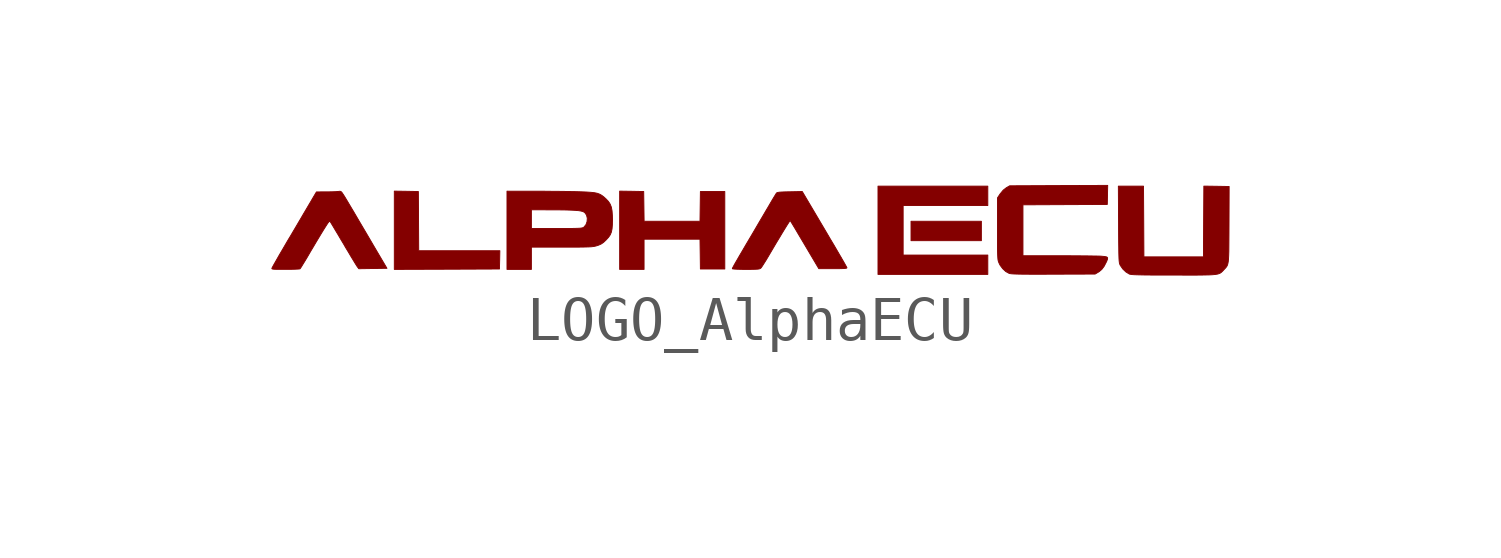
<source format=kicad_sym>
(kicad_symbol_lib
  (version 20210619)
  (generator bitmap2component)
  (symbol "LOGO_AlphaECU"
    (pin_names
      (offset 1.016))
    (property "Reference" "#G"
      (at 0 0.994 0)
      (effects (font (size 1.27 1.27)) hide))
    (symbol "LOGO_AlphaECU_0_0"
      (polyline (pts (xy 10.118 -1.058) (xy 10.232 -1.056) (xy 10.325 -1.054) (xy 10.4 -1.05) (xy 10.459 -1.044) (xy 10.505 -1.037) (xy 10.541 -1.027) (xy 10.569 -1.015) (xy 10.592 -1) (xy 10.613 -0.981) (xy 10.634 -0.96) (xy 10.658 -0.934) (xy 10.672 -0.919) (xy 10.693 -0.897) (xy 10.711 -0.875) (xy 10.726 -0.852) (xy 10.738 -0.825) (xy 10.747 -0.79) (xy 10.755 -0.745) (xy 10.76 -0.686) (xy 10.764 -0.613) (xy 10.767 -0.52) (xy 10.768 -0.406) (xy 10.769 -0.269) (xy 10.77 -0.104) (xy 10.771 0.091) (xy 10.774 0.953) (xy 10.487 0.958) (xy 10.2 0.962) (xy 10.195 0.159) (xy 10.191 -0.644) (xy 8.839 -0.644) (xy 8.835 0.159) (xy 8.83 0.961) (xy 8.259 0.961) (xy 8.264 0.094) (xy 8.264 0.008) (xy 8.265 -0.169) (xy 8.266 -0.318) (xy 8.268 -0.44) (xy 8.269 -0.54) (xy 8.271 -0.619) (xy 8.273 -0.681) (xy 8.276 -0.728) (xy 8.28 -0.763) (xy 8.284 -0.789) (xy 8.29 -0.808) (xy 8.296 -0.824) (xy 8.304 -0.839) (xy 8.359 -0.919) (xy 8.43 -0.987) (xy 8.505 -1.033) (xy 8.506 -1.034) (xy 8.523 -1.039) (xy 8.547 -1.043) (xy 8.582 -1.047) (xy 8.628 -1.05) (xy 8.691 -1.052) (xy 8.77 -1.054) (xy 8.87 -1.056) (xy 8.992 -1.057) (xy 9.139 -1.058) (xy 9.315 -1.058) (xy 9.52 -1.058) (xy 9.627 -1.058) (xy 9.818 -1.059) (xy 9.981 -1.059) (xy 10.118 -1.058)) (stroke (width 0.01)) (fill (type outline)))
      (polyline (pts (xy 5.295 -0.603) (xy 3.373 -0.603) (xy 3.373 0.521) (xy 5.295 0.521) (xy 5.295 0.961) (xy 2.802 0.961) (xy 2.802 -1.043) (xy 5.295 -1.043) (xy 5.295 -0.603)) (stroke (width 0.01)) (fill (type outline)))
      (polyline (pts (xy 6.58 -1.039) (xy 6.786 -1.038) (xy 7.731 -1.035) (xy 7.807 -0.99) (xy 7.825 -0.979) (xy 7.885 -0.927) (xy 7.937 -0.857) (xy 7.987 -0.76) (xy 7.993 -0.748) (xy 8.012 -0.698) (xy 8.015 -0.666) (xy 7.997 -0.647) (xy 7.953 -0.637) (xy 7.881 -0.63) (xy 7.878 -0.629) (xy 7.831 -0.627) (xy 7.756 -0.625) (xy 7.656 -0.624) (xy 7.536 -0.622) (xy 7.398 -0.621) (xy 7.247 -0.62) (xy 7.087 -0.619) (xy 6.92 -0.619) (xy 6.093 -0.619) (xy 6.093 0.537) (xy 8.008 0.546) (xy 8.012 0.762) (xy 8.017 0.978) (xy 6.904 0.974) (xy 5.792 0.969) (xy 5.714 0.924) (xy 5.645 0.87) (xy 5.576 0.787) (xy 5.515 0.695) (xy 5.515 -0.223) (xy 5.515 -0.355) (xy 5.516 -0.461) (xy 5.517 -0.546) (xy 5.519 -0.611) (xy 5.522 -0.662) (xy 5.525 -0.7) (xy 5.53 -0.728) (xy 5.536 -0.751) (xy 5.544 -0.771) (xy 5.553 -0.792) (xy 5.573 -0.832) (xy 5.632 -0.912) (xy 5.703 -0.978) (xy 5.778 -1.019) (xy 5.785 -1.021) (xy 5.809 -1.026) (xy 5.842 -1.03) (xy 5.889 -1.033) (xy 5.951 -1.035) (xy 6.031 -1.037) (xy 6.131 -1.038) (xy 6.255 -1.039) (xy 6.403 -1.039) (xy 6.58 -1.039)) (stroke (width 0.01)) (fill (type outline)))
      (polyline (pts (xy -10.547 -0.928) (xy -10.46 -0.926) (xy -10.39 -0.923) (xy -10.341 -0.92) (xy -10.32 -0.916) (xy -10.313 -0.907) (xy -10.29 -0.873) (xy -10.256 -0.817) (xy -10.211 -0.744) (xy -10.159 -0.658) (xy -10.103 -0.562) (xy -10.082 -0.525) (xy -10.015 -0.413) (xy -9.947 -0.298) (xy -9.882 -0.19) (xy -9.824 -0.094) (xy -9.778 -0.019) (xy -9.757 0.014) (xy -9.714 0.082) (xy -9.684 0.127) (xy -9.664 0.152) (xy -9.65 0.162) (xy -9.639 0.158) (xy -9.629 0.145) (xy -9.621 0.134) (xy -9.598 0.095) (xy -9.561 0.034) (xy -9.514 -0.046) (xy -9.457 -0.14) (xy -9.395 -0.246) (xy -9.327 -0.359) (xy -9.284 -0.434) (xy -9.218 -0.543) (xy -9.159 -0.643) (xy -9.106 -0.73) (xy -9.064 -0.799) (xy -9.034 -0.847) (xy -9.018 -0.871) (xy -8.985 -0.914) (xy -8.666 -0.909) (xy -8.346 -0.904) (xy -8.591 -0.489) (xy -8.641 -0.404) (xy -8.724 -0.262) (xy -8.812 -0.112) (xy -8.9 0.037) (xy -8.982 0.176) (xy -9.052 0.296) (xy -9.1 0.378) (xy -9.161 0.48) (xy -9.217 0.574) (xy -9.265 0.655) (xy -9.303 0.718) (xy -9.328 0.758) (xy -9.342 0.779) (xy -9.37 0.82) (xy -9.392 0.84) (xy -9.415 0.845) (xy -9.447 0.841) (xy -9.451 0.841) (xy -9.493 0.837) (xy -9.559 0.834) (xy -9.639 0.832) (xy -9.727 0.831) (xy -9.947 0.83) (xy -10.036 0.68) (xy -10.068 0.624) (xy -10.107 0.559) (xy -10.147 0.491) (xy -10.191 0.416) (xy -10.242 0.33) (xy -10.303 0.225) (xy -10.378 0.098) (xy -10.385 0.086) (xy -10.435 0.001) (xy -10.486 -0.085) (xy -10.531 -0.162) (xy -10.566 -0.22) (xy -10.572 -0.229) (xy -10.622 -0.314) (xy -10.676 -0.407) (xy -10.732 -0.503) (xy -10.788 -0.598) (xy -10.839 -0.688) (xy -10.884 -0.767) (xy -10.921 -0.832) (xy -10.946 -0.878) (xy -10.957 -0.9) (xy -10.958 -0.901) (xy -10.959 -0.911) (xy -10.952 -0.918) (xy -10.933 -0.923) (xy -10.898 -0.926) (xy -10.842 -0.928) (xy -10.762 -0.928) (xy -10.653 -0.928) (xy -10.645 -0.928) (xy -10.547 -0.928)) (stroke (width 0.01)) (fill (type outline)))
      (polyline (pts (xy -6.985 -0.925) (xy -5.792 -0.92) (xy -5.787 -0.713) (xy -5.783 -0.505) (xy -7.625 -0.505) (xy -7.629 0.167) (xy -7.633 0.839) (xy -7.906 0.844) (xy -8.179 0.848) (xy -8.179 -0.929) (xy -6.985 -0.925)) (stroke (width 0.01)) (fill (type outline)))
      (polyline (pts (xy -5.067 -0.424) (xy -4.266 -0.424) (xy -4.116 -0.423) (xy -3.993 -0.423) (xy -3.893 -0.422) (xy -3.814 -0.42) (xy -3.751 -0.418) (xy -3.703 -0.415) (xy -3.664 -0.41) (xy -3.632 -0.405) (xy -3.603 -0.398) (xy -3.575 -0.39) (xy -3.537 -0.377) (xy -3.48 -0.351) (xy -3.429 -0.316) (xy -3.373 -0.263) (xy -3.366 -0.256) (xy -3.314 -0.199) (xy -3.276 -0.143) (xy -3.251 -0.082) (xy -3.236 -0.01) (xy -3.228 0.082) (xy -3.226 0.199) (xy -3.228 0.297) (xy -3.236 0.402) (xy -3.252 0.486) (xy -3.279 0.554) (xy -3.318 0.614) (xy -3.371 0.67) (xy -3.373 0.672) (xy -3.424 0.718) (xy -3.471 0.753) (xy -3.518 0.779) (xy -3.571 0.799) (xy -3.635 0.812) (xy -3.717 0.821) (xy -3.82 0.828) (xy -3.951 0.833) (xy -4.045 0.836) (xy -4.167 0.838) (xy -4.309 0.841) (xy -4.465 0.843) (xy -4.63 0.844) (xy -4.796 0.846) (xy -4.957 0.846) (xy -5.621 0.847) (xy -5.621 0.424) (xy -5.067 0.424) (xy -4.615 0.423) (xy -4.595 0.422) (xy -4.423 0.422) (xy -4.28 0.42) (xy -4.163 0.416) (xy -4.07 0.411) (xy -3.998 0.405) (xy -3.942 0.396) (xy -3.901 0.385) (xy -3.871 0.371) (xy -3.85 0.354) (xy -3.815 0.303) (xy -3.798 0.232) (xy -3.803 0.157) (xy -3.828 0.087) (xy -3.874 0.032) (xy -3.883 0.025) (xy -3.897 0.018) (xy -3.917 0.013) (xy -3.945 0.008) (xy -3.986 0.005) (xy -4.042 0.003) (xy -4.117 0.001) (xy -4.215 0.000400) (xy -4.338 0.000100) (xy -4.491 0) (xy -5.067 0) (xy -5.067 0.424) (xy -5.621 0.424) (xy -5.621 -0.929) (xy -5.067 -0.929) (xy -5.067 -0.424)) (stroke (width 0.01)) (fill (type outline)))
      (polyline (pts (xy -2.509 -0.244) (xy -1.239 -0.244) (xy -1.234 -0.583) (xy -1.23 -0.92) (xy -0.676 -0.92) (xy -0.676 0.839) (xy -1.23 0.839) (xy -1.239 0.163) (xy -2.508 0.163) (xy -2.517 0.839) (xy -2.79 0.844) (xy -3.063 0.848) (xy -3.063 -0.929) (xy -2.509 -0.929) (xy -2.509 -0.244)) (stroke (width 0.01)) (fill (type outline)))
      (polyline (pts (xy -0.14 -0.929) (xy -0.045 -0.928) (xy 0.025 -0.926) (xy 0.074 -0.923) (xy 0.106 -0.918) (xy 0.128 -0.91) (xy 0.142 -0.9) (xy 0.152 -0.889) (xy 0.178 -0.851) (xy 0.216 -0.791) (xy 0.264 -0.715) (xy 0.317 -0.626) (xy 0.374 -0.529) (xy 0.429 -0.436) (xy 0.498 -0.319) (xy 0.566 -0.207) (xy 0.628 -0.103) (xy 0.685 -0.01) (xy 0.733 0.068) (xy 0.771 0.127) (xy 0.796 0.166) (xy 0.807 0.179) (xy 0.809 0.177) (xy 0.824 0.155) (xy 0.851 0.111) (xy 0.887 0.051) (xy 0.93 -0.02) (xy 0.945 -0.046) (xy 0.994 -0.129) (xy 1.054 -0.23) (xy 1.12 -0.341) (xy 1.188 -0.456) (xy 1.253 -0.566) (xy 1.458 -0.912) (xy 1.782 -0.912) (xy 1.827 -0.912) (xy 1.928 -0.912) (xy 2.001 -0.91) (xy 2.051 -0.907) (xy 2.081 -0.903) (xy 2.095 -0.897) (xy 2.096 -0.889) (xy 2.095 -0.886) (xy 2.08 -0.858) (xy 2.053 -0.81) (xy 2.017 -0.746) (xy 1.975 -0.674) (xy 1.973 -0.669) (xy 1.946 -0.624) (xy 1.919 -0.578) (xy 1.89 -0.528) (xy 1.857 -0.471) (xy 1.819 -0.406) (xy 1.774 -0.33) (xy 1.72 -0.24) (xy 1.658 -0.134) (xy 1.585 -0.01) (xy 1.499 0.135) (xy 1.4 0.303) (xy 1.285 0.497) (xy 1.083 0.839) (xy 0.799 0.833) (xy 0.696 0.831) (xy 0.618 0.828) (xy 0.563 0.824) (xy 0.528 0.818) (xy 0.506 0.811) (xy 0.495 0.801) (xy 0.482 0.781) (xy 0.456 0.738) (xy 0.417 0.674) (xy 0.369 0.593) (xy 0.315 0.5) (xy 0.255 0.399) (xy 0.216 0.332) (xy 0.146 0.213) (xy 0.076 0.094) (xy 0.01 -0.019) (xy -0.048 -0.118) (xy -0.094 -0.196) (xy -0.102 -0.209) (xy -0.196 -0.368) (xy -0.274 -0.502) (xy -0.339 -0.612) (xy -0.39 -0.701) (xy -0.431 -0.771) (xy -0.461 -0.824) (xy -0.482 -0.863) (xy -0.496 -0.889) (xy -0.503 -0.904) (xy -0.505 -0.912) (xy -0.501 -0.916) (xy -0.468 -0.921) (xy -0.406 -0.925) (xy -0.315 -0.928) (xy -0.197 -0.929) (xy -0.14 -0.929)) (stroke (width 0.01)) (fill (type outline)))
      (polyline (pts (xy 5.149 0.163) (xy 3.552 0.163) (xy 3.552 -0.277) (xy 5.149 -0.277) (xy 5.149 0.163)) (stroke (width 0.01)) (fill (type outline))))))
</source>
